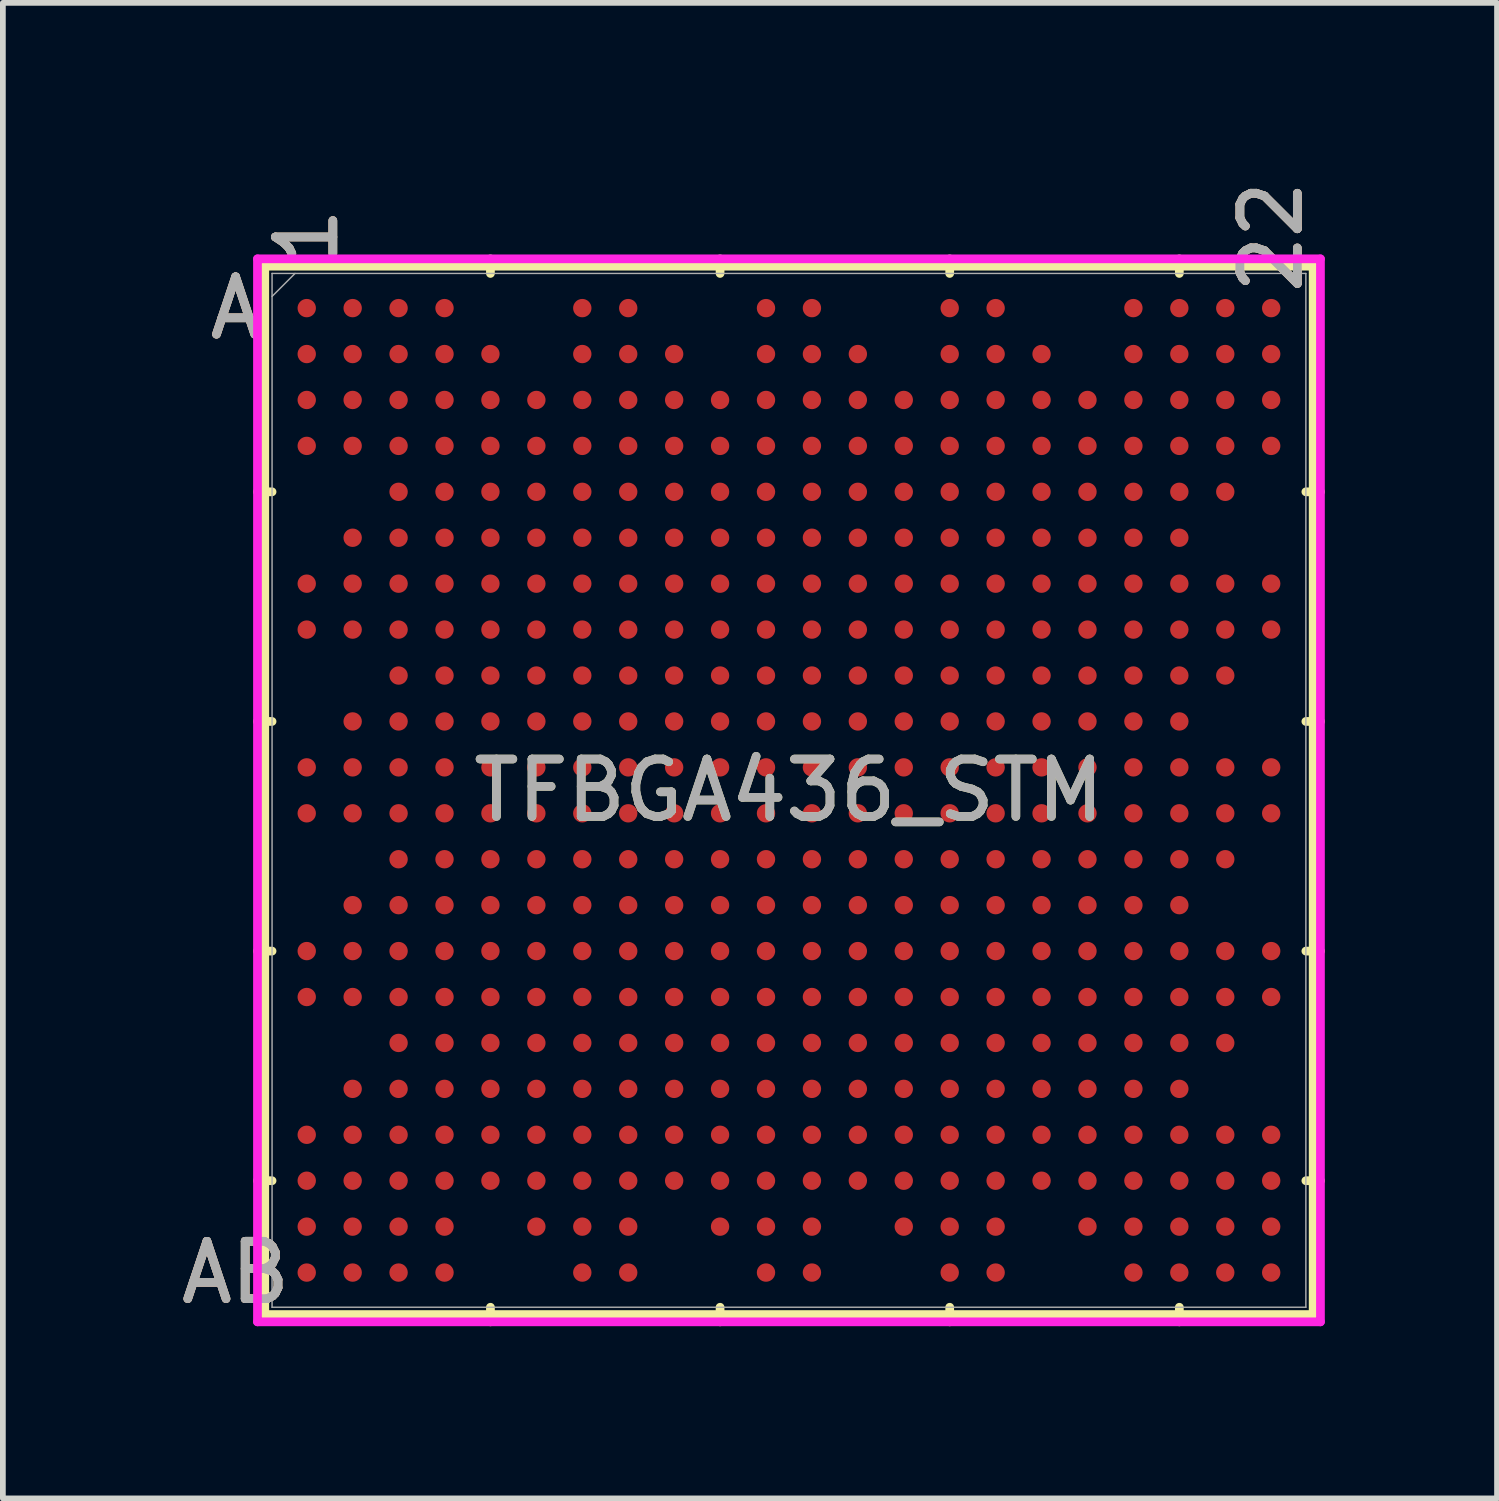
<source format=kicad_pcb>
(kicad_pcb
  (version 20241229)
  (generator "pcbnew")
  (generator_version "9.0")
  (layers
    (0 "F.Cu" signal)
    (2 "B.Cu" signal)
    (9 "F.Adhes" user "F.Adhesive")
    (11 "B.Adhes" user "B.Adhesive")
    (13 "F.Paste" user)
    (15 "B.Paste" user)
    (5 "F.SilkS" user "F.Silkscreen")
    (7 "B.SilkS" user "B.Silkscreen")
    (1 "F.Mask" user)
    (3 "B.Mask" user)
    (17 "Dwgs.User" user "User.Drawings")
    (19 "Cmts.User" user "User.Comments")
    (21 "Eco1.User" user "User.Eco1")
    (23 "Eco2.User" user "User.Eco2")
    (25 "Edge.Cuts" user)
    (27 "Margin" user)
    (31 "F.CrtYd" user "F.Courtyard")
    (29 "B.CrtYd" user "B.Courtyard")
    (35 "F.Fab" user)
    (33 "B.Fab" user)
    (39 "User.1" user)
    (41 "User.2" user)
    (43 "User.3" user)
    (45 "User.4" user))
  (footprint "TFBGA436_STM"
    (layer "F.Cu")
    (at 10.693 10.717)
    (property "Reference" "TFBGA436_STM" (at 0 0 0) (unlocked yes) (layer "F.SilkS") (effects (font (size 1 1) (thickness 0.15))))
    (attr smd)
    (fp_line (start -9.131 -9.131) (end -9.131 9.131) (stroke (width 0.152) (type solid)) (layer "F.SilkS"))
    (fp_line (start -9.131 9.131) (end 9.131 9.131) (stroke (width 0.152) (type solid)) (layer "F.SilkS"))
    (fp_line (start -9.004 -5.2) (end -9.258 -5.2) (stroke (width 0.152) (type solid)) (layer "F.SilkS"))
    (fp_line (start -9.004 -1.2) (end -9.258 -1.2) (stroke (width 0.152) (type solid)) (layer "F.SilkS"))
    (fp_line (start -9.004 2.8) (end -9.258 2.8) (stroke (width 0.152) (type solid)) (layer "F.SilkS"))
    (fp_line (start -9.004 6.8) (end -9.258 6.8) (stroke (width 0.152) (type solid)) (layer "F.SilkS"))
    (fp_line (start -5.2 -9.004) (end -5.2 -9.258) (stroke (width 0.152) (type solid)) (layer "F.SilkS"))
    (fp_line (start -5.2 9.004) (end -5.2 9.258) (stroke (width 0.152) (type solid)) (layer "F.SilkS"))
    (fp_line (start -1.2 -9.004) (end -1.2 -9.258) (stroke (width 0.152) (type solid)) (layer "F.SilkS"))
    (fp_line (start -1.2 9.004) (end -1.2 9.258) (stroke (width 0.152) (type solid)) (layer "F.SilkS"))
    (fp_line (start 2.8 -9.004) (end 2.8 -9.258) (stroke (width 0.152) (type solid)) (layer "F.SilkS"))
    (fp_line (start 2.8 9.004) (end 2.8 9.258) (stroke (width 0.152) (type solid)) (layer "F.SilkS"))
    (fp_line (start 6.8 -9.004) (end 6.8 -9.258) (stroke (width 0.152) (type solid)) (layer "F.SilkS"))
    (fp_line (start 6.8 9.004) (end 6.8 9.258) (stroke (width 0.152) (type solid)) (layer "F.SilkS"))
    (fp_line (start 9.004 -5.2) (end 9.258 -5.2) (stroke (width 0.152) (type solid)) (layer "F.SilkS"))
    (fp_line (start 9.004 -1.2) (end 9.258 -1.2) (stroke (width 0.152) (type solid)) (layer "F.SilkS"))
    (fp_line (start 9.004 2.8) (end 9.258 2.8) (stroke (width 0.152) (type solid)) (layer "F.SilkS"))
    (fp_line (start 9.004 6.8) (end 9.258 6.8) (stroke (width 0.152) (type solid)) (layer "F.SilkS"))
    (fp_line (start 9.131 -9.131) (end -9.131 -9.131) (stroke (width 0.152) (type solid)) (layer "F.SilkS"))
    (fp_line (start 9.131 9.131) (end 9.131 -9.131) (stroke (width 0.152) (type solid)) (layer "F.SilkS"))
    (fp_poly (pts (xy -9.244 -9.244) (xy 9.244 -9.244) (xy 9.244 9.244) (xy -9.244 9.244)) (stroke (width 0.1) (type solid)) (fill no) (layer "Eco2.User"))
    (fp_line (start -9.258 -9.258) (end 9.258 -9.258) (stroke (width 0.152) (type solid)) (layer "F.CrtYd"))
    (fp_line (start -9.258 9.258) (end -9.258 -9.258) (stroke (width 0.152) (type solid)) (layer "F.CrtYd"))
    (fp_line (start 9.258 -9.258) (end 9.258 9.258) (stroke (width 0.152) (type solid)) (layer "F.CrtYd"))
    (fp_line (start 9.258 9.258) (end -9.258 9.258) (stroke (width 0.152) (type solid)) (layer "F.CrtYd"))
    (fp_line (start -9.004 -9.004) (end -9.004 9.004) (stroke (width 0.025) (type solid)) (layer "F.Fab"))
    (fp_line (start -9.004 9.004) (end 9.004 9.004) (stroke (width 0.025) (type solid)) (layer "F.Fab"))
    (fp_line (start -8.604 -9.004) (end -9.004 -8.604) (stroke (width 0.025) (type solid)) (layer "F.Fab"))
    (fp_line (start 9.004 -9.004) (end -9.004 -9.004) (stroke (width 0.025) (type solid)) (layer "F.Fab"))
    (fp_line (start 9.004 9.004) (end 9.004 -9.004) (stroke (width 0.025) (type solid)) (layer "F.Fab"))
    (fp_text user "A" (at -9.639 -8.4 0) (unlocked yes) (layer "F.SilkS") (effects (font (size 1 1) (thickness 0.15))))
    (fp_text user "AB" (at -9.639 8.4 0) (unlocked yes) (layer "F.SilkS") (effects (font (size 1 1) (thickness 0.15))))
    (fp_text user "1" (at -8.4 -9.639 90) (unlocked yes) (layer "F.SilkS") (effects (font (size 1 1) (thickness 0.15))))
    (fp_text user "22" (at 8.4 -9.639 90) (unlocked yes) (layer "F.SilkS") (effects (font (size 1 1) (thickness 0.15))))
    (fp_text user "A" (at -9.639 -8.4 0) (unlocked yes) (layer "B.SilkS") (effects (font (size 1 1) (thickness 0.15))))
    (fp_text user "22" (at 8.4 -9.639 90) (unlocked yes) (layer "B.SilkS") (effects (font (size 1 1) (thickness 0.15))))
    (fp_text user "AB" (at -9.639 8.4 0) (unlocked yes) (layer "B.SilkS") (effects (font (size 1 1) (thickness 0.15))))
    (fp_text user "1" (at -8.4 -9.639 90) (unlocked yes) (layer "B.SilkS") (effects (font (size 1 1) (thickness 0.15))))
    (fp_text user "22" (at 8.4 -9.639 90) (unlocked yes) (layer "F.Fab") (effects (font (size 1 1) (thickness 0.15))))
    (fp_text user "1" (at -8.4 -9.639 90) (unlocked yes) (layer "F.Fab") (effects (font (size 1 1) (thickness 0.15))))
    (fp_text user "AB" (at -9.639 8.4 0) (unlocked yes) (layer "F.Fab") (effects (font (size 1 1) (thickness 0.15))))
    (fp_text user "${REFERENCE}" (at 0 0 0) (unlocked yes) (layer "F.Fab") (effects (font (size 1 1) (thickness 0.15))))
    (fp_text user "A" (at -9.639 -8.4 0) (unlocked yes) (layer "F.Fab") (effects (font (size 1 1) (thickness 0.15))))
    (pad "A1" smd circle (at -8.4 -8.4) (size 0.32 0.32) (layers "F.Cu" "F.Mask" "F.Paste"))
    (pad "A2" smd circle (at -7.6 -8.4) (size 0.32 0.32) (layers "F.Cu" "F.Mask" "F.Paste"))
    (pad "A3" smd circle (at -6.8 -8.4) (size 0.32 0.32) (layers "F.Cu" "F.Mask" "F.Paste"))
    (pad "A4" smd circle (at -6 -8.4) (size 0.32 0.32) (layers "F.Cu" "F.Mask" "F.Paste"))
    (pad "A7" smd circle (at -3.6 -8.4) (size 0.32 0.32) (layers "F.Cu" "F.Mask" "F.Paste"))
    (pad "A8" smd circle (at -2.8 -8.4) (size 0.32 0.32) (layers "F.Cu" "F.Mask" "F.Paste"))
    (pad "A11" smd circle (at -0.4 -8.4) (size 0.32 0.32) (layers "F.Cu" "F.Mask" "F.Paste"))
    (pad "A12" smd circle (at 0.4 -8.4) (size 0.32 0.32) (layers "F.Cu" "F.Mask" "F.Paste"))
    (pad "A15" smd circle (at 2.8 -8.4) (size 0.32 0.32) (layers "F.Cu" "F.Mask" "F.Paste"))
    (pad "A16" smd circle (at 3.6 -8.4) (size 0.32 0.32) (layers "F.Cu" "F.Mask" "F.Paste"))
    (pad "A19" smd circle (at 6 -8.4) (size 0.32 0.32) (layers "F.Cu" "F.Mask" "F.Paste"))
    (pad "A20" smd circle (at 6.8 -8.4) (size 0.32 0.32) (layers "F.Cu" "F.Mask" "F.Paste"))
    (pad "A21" smd circle (at 7.6 -8.4) (size 0.32 0.32) (layers "F.Cu" "F.Mask" "F.Paste"))
    (pad "A22" smd circle (at 8.4 -8.4) (size 0.32 0.32) (layers "F.Cu" "F.Mask" "F.Paste"))
    (pad "AA1" smd circle (at -8.4 7.6) (size 0.32 0.32) (layers "F.Cu" "F.Mask" "F.Paste"))
    (pad "AA2" smd circle (at -7.6 7.6) (size 0.32 0.32) (layers "F.Cu" "F.Mask" "F.Paste"))
    (pad "AA3" smd circle (at -6.8 7.6) (size 0.32 0.32) (layers "F.Cu" "F.Mask" "F.Paste"))
    (pad "AA4" smd circle (at -6 7.6) (size 0.32 0.32) (layers "F.Cu" "F.Mask" "F.Paste"))
    (pad "AA6" smd circle (at -4.4 7.6) (size 0.32 0.32) (layers "F.Cu" "F.Mask" "F.Paste"))
    (pad "AA7" smd circle (at -3.6 7.6) (size 0.32 0.32) (layers "F.Cu" "F.Mask" "F.Paste"))
    (pad "AA8" smd circle (at -2.8 7.6) (size 0.32 0.32) (layers "F.Cu" "F.Mask" "F.Paste"))
    (pad "AA10" smd circle (at -1.2 7.6) (size 0.32 0.32) (layers "F.Cu" "F.Mask" "F.Paste"))
    (pad "AA11" smd circle (at -0.4 7.6) (size 0.32 0.32) (layers "F.Cu" "F.Mask" "F.Paste"))
    (pad "AA12" smd circle (at 0.4 7.6) (size 0.32 0.32) (layers "F.Cu" "F.Mask" "F.Paste"))
    (pad "AA14" smd circle (at 2 7.6) (size 0.32 0.32) (layers "F.Cu" "F.Mask" "F.Paste"))
    (pad "AA15" smd circle (at 2.8 7.6) (size 0.32 0.32) (layers "F.Cu" "F.Mask" "F.Paste"))
    (pad "AA16" smd circle (at 3.6 7.6) (size 0.32 0.32) (layers "F.Cu" "F.Mask" "F.Paste"))
    (pad "AA18" smd circle (at 5.2 7.6) (size 0.32 0.32) (layers "F.Cu" "F.Mask" "F.Paste"))
    (pad "AA19" smd circle (at 6 7.6) (size 0.32 0.32) (layers "F.Cu" "F.Mask" "F.Paste"))
    (pad "AA20" smd circle (at 6.8 7.6) (size 0.32 0.32) (layers "F.Cu" "F.Mask" "F.Paste"))
    (pad "AA21" smd circle (at 7.6 7.6) (size 0.32 0.32) (layers "F.Cu" "F.Mask" "F.Paste"))
    (pad "AA22" smd circle (at 8.4 7.6) (size 0.32 0.32) (layers "F.Cu" "F.Mask" "F.Paste"))
    (pad "AB1" smd circle (at -8.4 8.4) (size 0.32 0.32) (layers "F.Cu" "F.Mask" "F.Paste"))
    (pad "AB2" smd circle (at -7.6 8.4) (size 0.32 0.32) (layers "F.Cu" "F.Mask" "F.Paste"))
    (pad "AB3" smd circle (at -6.8 8.4) (size 0.32 0.32) (layers "F.Cu" "F.Mask" "F.Paste"))
    (pad "AB4" smd circle (at -6 8.4) (size 0.32 0.32) (layers "F.Cu" "F.Mask" "F.Paste"))
    (pad "AB7" smd circle (at -3.6 8.4) (size 0.32 0.32) (layers "F.Cu" "F.Mask" "F.Paste"))
    (pad "AB8" smd circle (at -2.8 8.4) (size 0.32 0.32) (layers "F.Cu" "F.Mask" "F.Paste"))
    (pad "AB11" smd circle (at -0.4 8.4) (size 0.32 0.32) (layers "F.Cu" "F.Mask" "F.Paste"))
    (pad "AB12" smd circle (at 0.4 8.4) (size 0.32 0.32) (layers "F.Cu" "F.Mask" "F.Paste"))
    (pad "AB15" smd circle (at 2.8 8.4) (size 0.32 0.32) (layers "F.Cu" "F.Mask" "F.Paste"))
    (pad "AB16" smd circle (at 3.6 8.4) (size 0.32 0.32) (layers "F.Cu" "F.Mask" "F.Paste"))
    (pad "AB19" smd circle (at 6 8.4) (size 0.32 0.32) (layers "F.Cu" "F.Mask" "F.Paste"))
    (pad "AB20" smd circle (at 6.8 8.4) (size 0.32 0.32) (layers "F.Cu" "F.Mask" "F.Paste"))
    (pad "AB21" smd circle (at 7.6 8.4) (size 0.32 0.32) (layers "F.Cu" "F.Mask" "F.Paste"))
    (pad "AB22" smd circle (at 8.4 8.4) (size 0.32 0.32) (layers "F.Cu" "F.Mask" "F.Paste"))
    (pad "B1" smd circle (at -8.4 -7.6) (size 0.32 0.32) (layers "F.Cu" "F.Mask" "F.Paste"))
    (pad "B2" smd circle (at -7.6 -7.6) (size 0.32 0.32) (layers "F.Cu" "F.Mask" "F.Paste"))
    (pad "B3" smd circle (at -6.8 -7.6) (size 0.32 0.32) (layers "F.Cu" "F.Mask" "F.Paste"))
    (pad "B4" smd circle (at -6 -7.6) (size 0.32 0.32) (layers "F.Cu" "F.Mask" "F.Paste"))
    (pad "B5" smd circle (at -5.2 -7.6) (size 0.32 0.32) (layers "F.Cu" "F.Mask" "F.Paste"))
    (pad "B7" smd circle (at -3.6 -7.6) (size 0.32 0.32) (layers "F.Cu" "F.Mask" "F.Paste"))
    (pad "B8" smd circle (at -2.8 -7.6) (size 0.32 0.32) (layers "F.Cu" "F.Mask" "F.Paste"))
    (pad "B9" smd circle (at -2 -7.6) (size 0.32 0.32) (layers "F.Cu" "F.Mask" "F.Paste"))
    (pad "B11" smd circle (at -0.4 -7.6) (size 0.32 0.32) (layers "F.Cu" "F.Mask" "F.Paste"))
    (pad "B12" smd circle (at 0.4 -7.6) (size 0.32 0.32) (layers "F.Cu" "F.Mask" "F.Paste"))
    (pad "B13" smd circle (at 1.2 -7.6) (size 0.32 0.32) (layers "F.Cu" "F.Mask" "F.Paste"))
    (pad "B15" smd circle (at 2.8 -7.6) (size 0.32 0.32) (layers "F.Cu" "F.Mask" "F.Paste"))
    (pad "B16" smd circle (at 3.6 -7.6) (size 0.32 0.32) (layers "F.Cu" "F.Mask" "F.Paste"))
    (pad "B17" smd circle (at 4.4 -7.6) (size 0.32 0.32) (layers "F.Cu" "F.Mask" "F.Paste"))
    (pad "B19" smd circle (at 6 -7.6) (size 0.32 0.32) (layers "F.Cu" "F.Mask" "F.Paste"))
    (pad "B20" smd circle (at 6.8 -7.6) (size 0.32 0.32) (layers "F.Cu" "F.Mask" "F.Paste"))
    (pad "B21" smd circle (at 7.6 -7.6) (size 0.32 0.32) (layers "F.Cu" "F.Mask" "F.Paste"))
    (pad "B22" smd circle (at 8.4 -7.6) (size 0.32 0.32) (layers "F.Cu" "F.Mask" "F.Paste"))
    (pad "C1" smd circle (at -8.4 -6.8) (size 0.32 0.32) (layers "F.Cu" "F.Mask" "F.Paste"))
    (pad "C2" smd circle (at -7.6 -6.8) (size 0.32 0.32) (layers "F.Cu" "F.Mask" "F.Paste"))
    (pad "C3" smd circle (at -6.8 -6.8) (size 0.32 0.32) (layers "F.Cu" "F.Mask" "F.Paste"))
    (pad "C4" smd circle (at -6 -6.8) (size 0.32 0.32) (layers "F.Cu" "F.Mask" "F.Paste"))
    (pad "C5" smd circle (at -5.2 -6.8) (size 0.32 0.32) (layers "F.Cu" "F.Mask" "F.Paste"))
    (pad "C6" smd circle (at -4.4 -6.8) (size 0.32 0.32) (layers "F.Cu" "F.Mask" "F.Paste"))
    (pad "C7" smd circle (at -3.6 -6.8) (size 0.32 0.32) (layers "F.Cu" "F.Mask" "F.Paste"))
    (pad "C8" smd circle (at -2.8 -6.8) (size 0.32 0.32) (layers "F.Cu" "F.Mask" "F.Paste"))
    (pad "C9" smd circle (at -2 -6.8) (size 0.32 0.32) (layers "F.Cu" "F.Mask" "F.Paste"))
    (pad "C10" smd circle (at -1.2 -6.8) (size 0.32 0.32) (layers "F.Cu" "F.Mask" "F.Paste"))
    (pad "C11" smd circle (at -0.4 -6.8) (size 0.32 0.32) (layers "F.Cu" "F.Mask" "F.Paste"))
    (pad "C12" smd circle (at 0.4 -6.8) (size 0.32 0.32) (layers "F.Cu" "F.Mask" "F.Paste"))
    (pad "C13" smd circle (at 1.2 -6.8) (size 0.32 0.32) (layers "F.Cu" "F.Mask" "F.Paste"))
    (pad "C14" smd circle (at 2 -6.8) (size 0.32 0.32) (layers "F.Cu" "F.Mask" "F.Paste"))
    (pad "C15" smd circle (at 2.8 -6.8) (size 0.32 0.32) (layers "F.Cu" "F.Mask" "F.Paste"))
    (pad "C16" smd circle (at 3.6 -6.8) (size 0.32 0.32) (layers "F.Cu" "F.Mask" "F.Paste"))
    (pad "C17" smd circle (at 4.4 -6.8) (size 0.32 0.32) (layers "F.Cu" "F.Mask" "F.Paste"))
    (pad "C18" smd circle (at 5.2 -6.8) (size 0.32 0.32) (layers "F.Cu" "F.Mask" "F.Paste"))
    (pad "C19" smd circle (at 6 -6.8) (size 0.32 0.32) (layers "F.Cu" "F.Mask" "F.Paste"))
    (pad "C20" smd circle (at 6.8 -6.8) (size 0.32 0.32) (layers "F.Cu" "F.Mask" "F.Paste"))
    (pad "C21" smd circle (at 7.6 -6.8) (size 0.32 0.32) (layers "F.Cu" "F.Mask" "F.Paste"))
    (pad "C22" smd circle (at 8.4 -6.8) (size 0.32 0.32) (layers "F.Cu" "F.Mask" "F.Paste"))
    (pad "D1" smd circle (at -8.4 -6) (size 0.32 0.32) (layers "F.Cu" "F.Mask" "F.Paste"))
    (pad "D2" smd circle (at -7.6 -6) (size 0.32 0.32) (layers "F.Cu" "F.Mask" "F.Paste"))
    (pad "D3" smd circle (at -6.8 -6) (size 0.32 0.32) (layers "F.Cu" "F.Mask" "F.Paste"))
    (pad "D4" smd circle (at -6 -6) (size 0.32 0.32) (layers "F.Cu" "F.Mask" "F.Paste"))
    (pad "D5" smd circle (at -5.2 -6) (size 0.32 0.32) (layers "F.Cu" "F.Mask" "F.Paste"))
    (pad "D6" smd circle (at -4.4 -6) (size 0.32 0.32) (layers "F.Cu" "F.Mask" "F.Paste"))
    (pad "D7" smd circle (at -3.6 -6) (size 0.32 0.32) (layers "F.Cu" "F.Mask" "F.Paste"))
    (pad "D8" smd circle (at -2.8 -6) (size 0.32 0.32) (layers "F.Cu" "F.Mask" "F.Paste"))
    (pad "D9" smd circle (at -2 -6) (size 0.32 0.32) (layers "F.Cu" "F.Mask" "F.Paste"))
    (pad "D10" smd circle (at -1.2 -6) (size 0.32 0.32) (layers "F.Cu" "F.Mask" "F.Paste"))
    (pad "D11" smd circle (at -0.4 -6) (size 0.32 0.32) (layers "F.Cu" "F.Mask" "F.Paste"))
    (pad "D12" smd circle (at 0.4 -6) (size 0.32 0.32) (layers "F.Cu" "F.Mask" "F.Paste"))
    (pad "D13" smd circle (at 1.2 -6) (size 0.32 0.32) (layers "F.Cu" "F.Mask" "F.Paste"))
    (pad "D14" smd circle (at 2 -6) (size 0.32 0.32) (layers "F.Cu" "F.Mask" "F.Paste"))
    (pad "D15" smd circle (at 2.8 -6) (size 0.32 0.32) (layers "F.Cu" "F.Mask" "F.Paste"))
    (pad "D16" smd circle (at 3.6 -6) (size 0.32 0.32) (layers "F.Cu" "F.Mask" "F.Paste"))
    (pad "D17" smd circle (at 4.4 -6) (size 0.32 0.32) (layers "F.Cu" "F.Mask" "F.Paste"))
    (pad "D18" smd circle (at 5.2 -6) (size 0.32 0.32) (layers "F.Cu" "F.Mask" "F.Paste"))
    (pad "D19" smd circle (at 6 -6) (size 0.32 0.32) (layers "F.Cu" "F.Mask" "F.Paste"))
    (pad "D20" smd circle (at 6.8 -6) (size 0.32 0.32) (layers "F.Cu" "F.Mask" "F.Paste"))
    (pad "D21" smd circle (at 7.6 -6) (size 0.32 0.32) (layers "F.Cu" "F.Mask" "F.Paste"))
    (pad "D22" smd circle (at 8.4 -6) (size 0.32 0.32) (layers "F.Cu" "F.Mask" "F.Paste"))
    (pad "E3" smd circle (at -6.8 -5.2) (size 0.32 0.32) (layers "F.Cu" "F.Mask" "F.Paste"))
    (pad "E4" smd circle (at -6 -5.2) (size 0.32 0.32) (layers "F.Cu" "F.Mask" "F.Paste"))
    (pad "E5" smd circle (at -5.2 -5.2) (size 0.32 0.32) (layers "F.Cu" "F.Mask" "F.Paste"))
    (pad "E6" smd circle (at -4.4 -5.2) (size 0.32 0.32) (layers "F.Cu" "F.Mask" "F.Paste"))
    (pad "E7" smd circle (at -3.6 -5.2) (size 0.32 0.32) (layers "F.Cu" "F.Mask" "F.Paste"))
    (pad "E8" smd circle (at -2.8 -5.2) (size 0.32 0.32) (layers "F.Cu" "F.Mask" "F.Paste"))
    (pad "E9" smd circle (at -2 -5.2) (size 0.32 0.32) (layers "F.Cu" "F.Mask" "F.Paste"))
    (pad "E10" smd circle (at -1.2 -5.2) (size 0.32 0.32) (layers "F.Cu" "F.Mask" "F.Paste"))
    (pad "E11" smd circle (at -0.4 -5.2) (size 0.32 0.32) (layers "F.Cu" "F.Mask" "F.Paste"))
    (pad "E12" smd circle (at 0.4 -5.2) (size 0.32 0.32) (layers "F.Cu" "F.Mask" "F.Paste"))
    (pad "E13" smd circle (at 1.2 -5.2) (size 0.32 0.32) (layers "F.Cu" "F.Mask" "F.Paste"))
    (pad "E14" smd circle (at 2 -5.2) (size 0.32 0.32) (layers "F.Cu" "F.Mask" "F.Paste"))
    (pad "E15" smd circle (at 2.8 -5.2) (size 0.32 0.32) (layers "F.Cu" "F.Mask" "F.Paste"))
    (pad "E16" smd circle (at 3.6 -5.2) (size 0.32 0.32) (layers "F.Cu" "F.Mask" "F.Paste"))
    (pad "E17" smd circle (at 4.4 -5.2) (size 0.32 0.32) (layers "F.Cu" "F.Mask" "F.Paste"))
    (pad "E18" smd circle (at 5.2 -5.2) (size 0.32 0.32) (layers "F.Cu" "F.Mask" "F.Paste"))
    (pad "E19" smd circle (at 6 -5.2) (size 0.32 0.32) (layers "F.Cu" "F.Mask" "F.Paste"))
    (pad "E20" smd circle (at 6.8 -5.2) (size 0.32 0.32) (layers "F.Cu" "F.Mask" "F.Paste"))
    (pad "E21" smd circle (at 7.6 -5.2) (size 0.32 0.32) (layers "F.Cu" "F.Mask" "F.Paste"))
    (pad "F2" smd circle (at -7.6 -4.4) (size 0.32 0.32) (layers "F.Cu" "F.Mask" "F.Paste"))
    (pad "F3" smd circle (at -6.8 -4.4) (size 0.32 0.32) (layers "F.Cu" "F.Mask" "F.Paste"))
    (pad "F4" smd circle (at -6 -4.4) (size 0.32 0.32) (layers "F.Cu" "F.Mask" "F.Paste"))
    (pad "F5" smd circle (at -5.2 -4.4) (size 0.32 0.32) (layers "F.Cu" "F.Mask" "F.Paste"))
    (pad "F6" smd circle (at -4.4 -4.4) (size 0.32 0.32) (layers "F.Cu" "F.Mask" "F.Paste"))
    (pad "F7" smd circle (at -3.6 -4.4) (size 0.32 0.32) (layers "F.Cu" "F.Mask" "F.Paste"))
    (pad "F8" smd circle (at -2.8 -4.4) (size 0.32 0.32) (layers "F.Cu" "F.Mask" "F.Paste"))
    (pad "F9" smd circle (at -2 -4.4) (size 0.32 0.32) (layers "F.Cu" "F.Mask" "F.Paste"))
    (pad "F10" smd circle (at -1.2 -4.4) (size 0.32 0.32) (layers "F.Cu" "F.Mask" "F.Paste"))
    (pad "F11" smd circle (at -0.4 -4.4) (size 0.32 0.32) (layers "F.Cu" "F.Mask" "F.Paste"))
    (pad "F12" smd circle (at 0.4 -4.4) (size 0.32 0.32) (layers "F.Cu" "F.Mask" "F.Paste"))
    (pad "F13" smd circle (at 1.2 -4.4) (size 0.32 0.32) (layers "F.Cu" "F.Mask" "F.Paste"))
    (pad "F14" smd circle (at 2 -4.4) (size 0.32 0.32) (layers "F.Cu" "F.Mask" "F.Paste"))
    (pad "F15" smd circle (at 2.8 -4.4) (size 0.32 0.32) (layers "F.Cu" "F.Mask" "F.Paste"))
    (pad "F16" smd circle (at 3.6 -4.4) (size 0.32 0.32) (layers "F.Cu" "F.Mask" "F.Paste"))
    (pad "F17" smd circle (at 4.4 -4.4) (size 0.32 0.32) (layers "F.Cu" "F.Mask" "F.Paste"))
    (pad "F18" smd circle (at 5.2 -4.4) (size 0.32 0.32) (layers "F.Cu" "F.Mask" "F.Paste"))
    (pad "F19" smd circle (at 6 -4.4) (size 0.32 0.32) (layers "F.Cu" "F.Mask" "F.Paste"))
    (pad "F20" smd circle (at 6.8 -4.4) (size 0.32 0.32) (layers "F.Cu" "F.Mask" "F.Paste"))
    (pad "G1" smd circle (at -8.4 -3.6) (size 0.32 0.32) (layers "F.Cu" "F.Mask" "F.Paste"))
    (pad "G2" smd circle (at -7.6 -3.6) (size 0.32 0.32) (layers "F.Cu" "F.Mask" "F.Paste"))
    (pad "G3" smd circle (at -6.8 -3.6) (size 0.32 0.32) (layers "F.Cu" "F.Mask" "F.Paste"))
    (pad "G4" smd circle (at -6 -3.6) (size 0.32 0.32) (layers "F.Cu" "F.Mask" "F.Paste"))
    (pad "G5" smd circle (at -5.2 -3.6) (size 0.32 0.32) (layers "F.Cu" "F.Mask" "F.Paste"))
    (pad "G6" smd circle (at -4.4 -3.6) (size 0.32 0.32) (layers "F.Cu" "F.Mask" "F.Paste"))
    (pad "G7" smd circle (at -3.6 -3.6) (size 0.32 0.32) (layers "F.Cu" "F.Mask" "F.Paste"))
    (pad "G8" smd circle (at -2.8 -3.6) (size 0.32 0.32) (layers "F.Cu" "F.Mask" "F.Paste"))
    (pad "G9" smd circle (at -2 -3.6) (size 0.32 0.32) (layers "F.Cu" "F.Mask" "F.Paste"))
    (pad "G10" smd circle (at -1.2 -3.6) (size 0.32 0.32) (layers "F.Cu" "F.Mask" "F.Paste"))
    (pad "G11" smd circle (at -0.4 -3.6) (size 0.32 0.32) (layers "F.Cu" "F.Mask" "F.Paste"))
    (pad "G12" smd circle (at 0.4 -3.6) (size 0.32 0.32) (layers "F.Cu" "F.Mask" "F.Paste"))
    (pad "G13" smd circle (at 1.2 -3.6) (size 0.32 0.32) (layers "F.Cu" "F.Mask" "F.Paste"))
    (pad "G14" smd circle (at 2 -3.6) (size 0.32 0.32) (layers "F.Cu" "F.Mask" "F.Paste"))
    (pad "G15" smd circle (at 2.8 -3.6) (size 0.32 0.32) (layers "F.Cu" "F.Mask" "F.Paste"))
    (pad "G16" smd circle (at 3.6 -3.6) (size 0.32 0.32) (layers "F.Cu" "F.Mask" "F.Paste"))
    (pad "G17" smd circle (at 4.4 -3.6) (size 0.32 0.32) (layers "F.Cu" "F.Mask" "F.Paste"))
    (pad "G18" smd circle (at 5.2 -3.6) (size 0.32 0.32) (layers "F.Cu" "F.Mask" "F.Paste"))
    (pad "G19" smd circle (at 6 -3.6) (size 0.32 0.32) (layers "F.Cu" "F.Mask" "F.Paste"))
    (pad "G20" smd circle (at 6.8 -3.6) (size 0.32 0.32) (layers "F.Cu" "F.Mask" "F.Paste"))
    (pad "G21" smd circle (at 7.6 -3.6) (size 0.32 0.32) (layers "F.Cu" "F.Mask" "F.Paste"))
    (pad "G22" smd circle (at 8.4 -3.6) (size 0.32 0.32) (layers "F.Cu" "F.Mask" "F.Paste"))
    (pad "H1" smd circle (at -8.4 -2.8) (size 0.32 0.32) (layers "F.Cu" "F.Mask" "F.Paste"))
    (pad "H2" smd circle (at -7.6 -2.8) (size 0.32 0.32) (layers "F.Cu" "F.Mask" "F.Paste"))
    (pad "H3" smd circle (at -6.8 -2.8) (size 0.32 0.32) (layers "F.Cu" "F.Mask" "F.Paste"))
    (pad "H4" smd circle (at -6 -2.8) (size 0.32 0.32) (layers "F.Cu" "F.Mask" "F.Paste"))
    (pad "H5" smd circle (at -5.2 -2.8) (size 0.32 0.32) (layers "F.Cu" "F.Mask" "F.Paste"))
    (pad "H6" smd circle (at -4.4 -2.8) (size 0.32 0.32) (layers "F.Cu" "F.Mask" "F.Paste"))
    (pad "H7" smd circle (at -3.6 -2.8) (size 0.32 0.32) (layers "F.Cu" "F.Mask" "F.Paste"))
    (pad "H8" smd circle (at -2.8 -2.8) (size 0.32 0.32) (layers "F.Cu" "F.Mask" "F.Paste"))
    (pad "H9" smd circle (at -2 -2.8) (size 0.32 0.32) (layers "F.Cu" "F.Mask" "F.Paste"))
    (pad "H10" smd circle (at -1.2 -2.8) (size 0.32 0.32) (layers "F.Cu" "F.Mask" "F.Paste"))
    (pad "H11" smd circle (at -0.4 -2.8) (size 0.32 0.32) (layers "F.Cu" "F.Mask" "F.Paste"))
    (pad "H12" smd circle (at 0.4 -2.8) (size 0.32 0.32) (layers "F.Cu" "F.Mask" "F.Paste"))
    (pad "H13" smd circle (at 1.2 -2.8) (size 0.32 0.32) (layers "F.Cu" "F.Mask" "F.Paste"))
    (pad "H14" smd circle (at 2 -2.8) (size 0.32 0.32) (layers "F.Cu" "F.Mask" "F.Paste"))
    (pad "H15" smd circle (at 2.8 -2.8) (size 0.32 0.32) (layers "F.Cu" "F.Mask" "F.Paste"))
    (pad "H16" smd circle (at 3.6 -2.8) (size 0.32 0.32) (layers "F.Cu" "F.Mask" "F.Paste"))
    (pad "H17" smd circle (at 4.4 -2.8) (size 0.32 0.32) (layers "F.Cu" "F.Mask" "F.Paste"))
    (pad "H18" smd circle (at 5.2 -2.8) (size 0.32 0.32) (layers "F.Cu" "F.Mask" "F.Paste"))
    (pad "H19" smd circle (at 6 -2.8) (size 0.32 0.32) (layers "F.Cu" "F.Mask" "F.Paste"))
    (pad "H20" smd circle (at 6.8 -2.8) (size 0.32 0.32) (layers "F.Cu" "F.Mask" "F.Paste"))
    (pad "H21" smd circle (at 7.6 -2.8) (size 0.32 0.32) (layers "F.Cu" "F.Mask" "F.Paste"))
    (pad "H22" smd circle (at 8.4 -2.8) (size 0.32 0.32) (layers "F.Cu" "F.Mask" "F.Paste"))
    (pad "J3" smd circle (at -6.8 -2) (size 0.32 0.32) (layers "F.Cu" "F.Mask" "F.Paste"))
    (pad "J4" smd circle (at -6 -2) (size 0.32 0.32) (layers "F.Cu" "F.Mask" "F.Paste"))
    (pad "J5" smd circle (at -5.2 -2) (size 0.32 0.32) (layers "F.Cu" "F.Mask" "F.Paste"))
    (pad "J6" smd circle (at -4.4 -2) (size 0.32 0.32) (layers "F.Cu" "F.Mask" "F.Paste"))
    (pad "J7" smd circle (at -3.6 -2) (size 0.32 0.32) (layers "F.Cu" "F.Mask" "F.Paste"))
    (pad "J8" smd circle (at -2.8 -2) (size 0.32 0.32) (layers "F.Cu" "F.Mask" "F.Paste"))
    (pad "J9" smd circle (at -2 -2) (size 0.32 0.32) (layers "F.Cu" "F.Mask" "F.Paste"))
    (pad "J10" smd circle (at -1.2 -2) (size 0.32 0.32) (layers "F.Cu" "F.Mask" "F.Paste"))
    (pad "J11" smd circle (at -0.4 -2) (size 0.32 0.32) (layers "F.Cu" "F.Mask" "F.Paste"))
    (pad "J12" smd circle (at 0.4 -2) (size 0.32 0.32) (layers "F.Cu" "F.Mask" "F.Paste"))
    (pad "J13" smd circle (at 1.2 -2) (size 0.32 0.32) (layers "F.Cu" "F.Mask" "F.Paste"))
    (pad "J14" smd circle (at 2 -2) (size 0.32 0.32) (layers "F.Cu" "F.Mask" "F.Paste"))
    (pad "J15" smd circle (at 2.8 -2) (size 0.32 0.32) (layers "F.Cu" "F.Mask" "F.Paste"))
    (pad "J16" smd circle (at 3.6 -2) (size 0.32 0.32) (layers "F.Cu" "F.Mask" "F.Paste"))
    (pad "J17" smd circle (at 4.4 -2) (size 0.32 0.32) (layers "F.Cu" "F.Mask" "F.Paste"))
    (pad "J18" smd circle (at 5.2 -2) (size 0.32 0.32) (layers "F.Cu" "F.Mask" "F.Paste"))
    (pad "J19" smd circle (at 6 -2) (size 0.32 0.32) (layers "F.Cu" "F.Mask" "F.Paste"))
    (pad "J20" smd circle (at 6.8 -2) (size 0.32 0.32) (layers "F.Cu" "F.Mask" "F.Paste"))
    (pad "J21" smd circle (at 7.6 -2) (size 0.32 0.32) (layers "F.Cu" "F.Mask" "F.Paste"))
    (pad "K2" smd circle (at -7.6 -1.2) (size 0.32 0.32) (layers "F.Cu" "F.Mask" "F.Paste"))
    (pad "K3" smd circle (at -6.8 -1.2) (size 0.32 0.32) (layers "F.Cu" "F.Mask" "F.Paste"))
    (pad "K4" smd circle (at -6 -1.2) (size 0.32 0.32) (layers "F.Cu" "F.Mask" "F.Paste"))
    (pad "K5" smd circle (at -5.2 -1.2) (size 0.32 0.32) (layers "F.Cu" "F.Mask" "F.Paste"))
    (pad "K6" smd circle (at -4.4 -1.2) (size 0.32 0.32) (layers "F.Cu" "F.Mask" "F.Paste"))
    (pad "K7" smd circle (at -3.6 -1.2) (size 0.32 0.32) (layers "F.Cu" "F.Mask" "F.Paste"))
    (pad "K8" smd circle (at -2.8 -1.2) (size 0.32 0.32) (layers "F.Cu" "F.Mask" "F.Paste"))
    (pad "K9" smd circle (at -2 -1.2) (size 0.32 0.32) (layers "F.Cu" "F.Mask" "F.Paste"))
    (pad "K10" smd circle (at -1.2 -1.2) (size 0.32 0.32) (layers "F.Cu" "F.Mask" "F.Paste"))
    (pad "K11" smd circle (at -0.4 -1.2) (size 0.32 0.32) (layers "F.Cu" "F.Mask" "F.Paste"))
    (pad "K12" smd circle (at 0.4 -1.2) (size 0.32 0.32) (layers "F.Cu" "F.Mask" "F.Paste"))
    (pad "K13" smd circle (at 1.2 -1.2) (size 0.32 0.32) (layers "F.Cu" "F.Mask" "F.Paste"))
    (pad "K14" smd circle (at 2 -1.2) (size 0.32 0.32) (layers "F.Cu" "F.Mask" "F.Paste"))
    (pad "K15" smd circle (at 2.8 -1.2) (size 0.32 0.32) (layers "F.Cu" "F.Mask" "F.Paste"))
    (pad "K16" smd circle (at 3.6 -1.2) (size 0.32 0.32) (layers "F.Cu" "F.Mask" "F.Paste"))
    (pad "K17" smd circle (at 4.4 -1.2) (size 0.32 0.32) (layers "F.Cu" "F.Mask" "F.Paste"))
    (pad "K18" smd circle (at 5.2 -1.2) (size 0.32 0.32) (layers "F.Cu" "F.Mask" "F.Paste"))
    (pad "K19" smd circle (at 6 -1.2) (size 0.32 0.32) (layers "F.Cu" "F.Mask" "F.Paste"))
    (pad "K20" smd circle (at 6.8 -1.2) (size 0.32 0.32) (layers "F.Cu" "F.Mask" "F.Paste"))
    (pad "L1" smd circle (at -8.4 -0.4) (size 0.32 0.32) (layers "F.Cu" "F.Mask" "F.Paste"))
    (pad "L2" smd circle (at -7.6 -0.4) (size 0.32 0.32) (layers "F.Cu" "F.Mask" "F.Paste"))
    (pad "L3" smd circle (at -6.8 -0.4) (size 0.32 0.32) (layers "F.Cu" "F.Mask" "F.Paste"))
    (pad "L4" smd circle (at -6 -0.4) (size 0.32 0.32) (layers "F.Cu" "F.Mask" "F.Paste"))
    (pad "L5" smd circle (at -5.2 -0.4) (size 0.32 0.32) (layers "F.Cu" "F.Mask" "F.Paste"))
    (pad "L6" smd circle (at -4.4 -0.4) (size 0.32 0.32) (layers "F.Cu" "F.Mask" "F.Paste"))
    (pad "L7" smd circle (at -3.6 -0.4) (size 0.32 0.32) (layers "F.Cu" "F.Mask" "F.Paste"))
    (pad "L8" smd circle (at -2.8 -0.4) (size 0.32 0.32) (layers "F.Cu" "F.Mask" "F.Paste"))
    (pad "L9" smd circle (at -2 -0.4) (size 0.32 0.32) (layers "F.Cu" "F.Mask" "F.Paste"))
    (pad "L10" smd circle (at -1.2 -0.4) (size 0.32 0.32) (layers "F.Cu" "F.Mask" "F.Paste"))
    (pad "L11" smd circle (at -0.4 -0.4) (size 0.32 0.32) (layers "F.Cu" "F.Mask" "F.Paste"))
    (pad "L12" smd circle (at 0.4 -0.4) (size 0.32 0.32) (layers "F.Cu" "F.Mask" "F.Paste"))
    (pad "L13" smd circle (at 1.2 -0.4) (size 0.32 0.32) (layers "F.Cu" "F.Mask" "F.Paste"))
    (pad "L14" smd circle (at 2 -0.4) (size 0.32 0.32) (layers "F.Cu" "F.Mask" "F.Paste"))
    (pad "L15" smd circle (at 2.8 -0.4) (size 0.32 0.32) (layers "F.Cu" "F.Mask" "F.Paste"))
    (pad "L16" smd circle (at 3.6 -0.4) (size 0.32 0.32) (layers "F.Cu" "F.Mask" "F.Paste"))
    (pad "L17" smd circle (at 4.4 -0.4) (size 0.32 0.32) (layers "F.Cu" "F.Mask" "F.Paste"))
    (pad "L18" smd circle (at 5.2 -0.4) (size 0.32 0.32) (layers "F.Cu" "F.Mask" "F.Paste"))
    (pad "L19" smd circle (at 6 -0.4) (size 0.32 0.32) (layers "F.Cu" "F.Mask" "F.Paste"))
    (pad "L20" smd circle (at 6.8 -0.4) (size 0.32 0.32) (layers "F.Cu" "F.Mask" "F.Paste"))
    (pad "L21" smd circle (at 7.6 -0.4) (size 0.32 0.32) (layers "F.Cu" "F.Mask" "F.Paste"))
    (pad "L22" smd circle (at 8.4 -0.4) (size 0.32 0.32) (layers "F.Cu" "F.Mask" "F.Paste"))
    (pad "M1" smd circle (at -8.4 0.4) (size 0.32 0.32) (layers "F.Cu" "F.Mask" "F.Paste"))
    (pad "M2" smd circle (at -7.6 0.4) (size 0.32 0.32) (layers "F.Cu" "F.Mask" "F.Paste"))
    (pad "M3" smd circle (at -6.8 0.4) (size 0.32 0.32) (layers "F.Cu" "F.Mask" "F.Paste"))
    (pad "M4" smd circle (at -6 0.4) (size 0.32 0.32) (layers "F.Cu" "F.Mask" "F.Paste"))
    (pad "M5" smd circle (at -5.2 0.4) (size 0.32 0.32) (layers "F.Cu" "F.Mask" "F.Paste"))
    (pad "M6" smd circle (at -4.4 0.4) (size 0.32 0.32) (layers "F.Cu" "F.Mask" "F.Paste"))
    (pad "M7" smd circle (at -3.6 0.4) (size 0.32 0.32) (layers "F.Cu" "F.Mask" "F.Paste"))
    (pad "M8" smd circle (at -2.8 0.4) (size 0.32 0.32) (layers "F.Cu" "F.Mask" "F.Paste"))
    (pad "M9" smd circle (at -2 0.4) (size 0.32 0.32) (layers "F.Cu" "F.Mask" "F.Paste"))
    (pad "M10" smd circle (at -1.2 0.4) (size 0.32 0.32) (layers "F.Cu" "F.Mask" "F.Paste"))
    (pad "M11" smd circle (at -0.4 0.4) (size 0.32 0.32) (layers "F.Cu" "F.Mask" "F.Paste"))
    (pad "M12" smd circle (at 0.4 0.4) (size 0.32 0.32) (layers "F.Cu" "F.Mask" "F.Paste"))
    (pad "M13" smd circle (at 1.2 0.4) (size 0.32 0.32) (layers "F.Cu" "F.Mask" "F.Paste"))
    (pad "M14" smd circle (at 2 0.4) (size 0.32 0.32) (layers "F.Cu" "F.Mask" "F.Paste"))
    (pad "M15" smd circle (at 2.8 0.4) (size 0.32 0.32) (layers "F.Cu" "F.Mask" "F.Paste"))
    (pad "M16" smd circle (at 3.6 0.4) (size 0.32 0.32) (layers "F.Cu" "F.Mask" "F.Paste"))
    (pad "M17" smd circle (at 4.4 0.4) (size 0.32 0.32) (layers "F.Cu" "F.Mask" "F.Paste"))
    (pad "M18" smd circle (at 5.2 0.4) (size 0.32 0.32) (layers "F.Cu" "F.Mask" "F.Paste"))
    (pad "M19" smd circle (at 6 0.4) (size 0.32 0.32) (layers "F.Cu" "F.Mask" "F.Paste"))
    (pad "M20" smd circle (at 6.8 0.4) (size 0.32 0.32) (layers "F.Cu" "F.Mask" "F.Paste"))
    (pad "M21" smd circle (at 7.6 0.4) (size 0.32 0.32) (layers "F.Cu" "F.Mask" "F.Paste"))
    (pad "M22" smd circle (at 8.4 0.4) (size 0.32 0.32) (layers "F.Cu" "F.Mask" "F.Paste"))
    (pad "N3" smd circle (at -6.8 1.2) (size 0.32 0.32) (layers "F.Cu" "F.Mask" "F.Paste"))
    (pad "N4" smd circle (at -6 1.2) (size 0.32 0.32) (layers "F.Cu" "F.Mask" "F.Paste"))
    (pad "N5" smd circle (at -5.2 1.2) (size 0.32 0.32) (layers "F.Cu" "F.Mask" "F.Paste"))
    (pad "N6" smd circle (at -4.4 1.2) (size 0.32 0.32) (layers "F.Cu" "F.Mask" "F.Paste"))
    (pad "N7" smd circle (at -3.6 1.2) (size 0.32 0.32) (layers "F.Cu" "F.Mask" "F.Paste"))
    (pad "N8" smd circle (at -2.8 1.2) (size 0.32 0.32) (layers "F.Cu" "F.Mask" "F.Paste"))
    (pad "N9" smd circle (at -2 1.2) (size 0.32 0.32) (layers "F.Cu" "F.Mask" "F.Paste"))
    (pad "N10" smd circle (at -1.2 1.2) (size 0.32 0.32) (layers "F.Cu" "F.Mask" "F.Paste"))
    (pad "N11" smd circle (at -0.4 1.2) (size 0.32 0.32) (layers "F.Cu" "F.Mask" "F.Paste"))
    (pad "N12" smd circle (at 0.4 1.2) (size 0.32 0.32) (layers "F.Cu" "F.Mask" "F.Paste"))
    (pad "N13" smd circle (at 1.2 1.2) (size 0.32 0.32) (layers "F.Cu" "F.Mask" "F.Paste"))
    (pad "N14" smd circle (at 2 1.2) (size 0.32 0.32) (layers "F.Cu" "F.Mask" "F.Paste"))
    (pad "N15" smd circle (at 2.8 1.2) (size 0.32 0.32) (layers "F.Cu" "F.Mask" "F.Paste"))
    (pad "N16" smd circle (at 3.6 1.2) (size 0.32 0.32) (layers "F.Cu" "F.Mask" "F.Paste"))
    (pad "N17" smd circle (at 4.4 1.2) (size 0.32 0.32) (layers "F.Cu" "F.Mask" "F.Paste"))
    (pad "N18" smd circle (at 5.2 1.2) (size 0.32 0.32) (layers "F.Cu" "F.Mask" "F.Paste"))
    (pad "N19" smd circle (at 6 1.2) (size 0.32 0.32) (layers "F.Cu" "F.Mask" "F.Paste"))
    (pad "N20" smd circle (at 6.8 1.2) (size 0.32 0.32) (layers "F.Cu" "F.Mask" "F.Paste"))
    (pad "N21" smd circle (at 7.6 1.2) (size 0.32 0.32) (layers "F.Cu" "F.Mask" "F.Paste"))
    (pad "P2" smd circle (at -7.6 2) (size 0.32 0.32) (layers "F.Cu" "F.Mask" "F.Paste"))
    (pad "P3" smd circle (at -6.8 2) (size 0.32 0.32) (layers "F.Cu" "F.Mask" "F.Paste"))
    (pad "P4" smd circle (at -6 2) (size 0.32 0.32) (layers "F.Cu" "F.Mask" "F.Paste"))
    (pad "P5" smd circle (at -5.2 2) (size 0.32 0.32) (layers "F.Cu" "F.Mask" "F.Paste"))
    (pad "P6" smd circle (at -4.4 2) (size 0.32 0.32) (layers "F.Cu" "F.Mask" "F.Paste"))
    (pad "P7" smd circle (at -3.6 2) (size 0.32 0.32) (layers "F.Cu" "F.Mask" "F.Paste"))
    (pad "P8" smd circle (at -2.8 2) (size 0.32 0.32) (layers "F.Cu" "F.Mask" "F.Paste"))
    (pad "P9" smd circle (at -2 2) (size 0.32 0.32) (layers "F.Cu" "F.Mask" "F.Paste"))
    (pad "P10" smd circle (at -1.2 2) (size 0.32 0.32) (layers "F.Cu" "F.Mask" "F.Paste"))
    (pad "P11" smd circle (at -0.4 2) (size 0.32 0.32) (layers "F.Cu" "F.Mask" "F.Paste"))
    (pad "P12" smd circle (at 0.4 2) (size 0.32 0.32) (layers "F.Cu" "F.Mask" "F.Paste"))
    (pad "P13" smd circle (at 1.2 2) (size 0.32 0.32) (layers "F.Cu" "F.Mask" "F.Paste"))
    (pad "P14" smd circle (at 2 2) (size 0.32 0.32) (layers "F.Cu" "F.Mask" "F.Paste"))
    (pad "P15" smd circle (at 2.8 2) (size 0.32 0.32) (layers "F.Cu" "F.Mask" "F.Paste"))
    (pad "P16" smd circle (at 3.6 2) (size 0.32 0.32) (layers "F.Cu" "F.Mask" "F.Paste"))
    (pad "P17" smd circle (at 4.4 2) (size 0.32 0.32) (layers "F.Cu" "F.Mask" "F.Paste"))
    (pad "P18" smd circle (at 5.2 2) (size 0.32 0.32) (layers "F.Cu" "F.Mask" "F.Paste"))
    (pad "P19" smd circle (at 6 2) (size 0.32 0.32) (layers "F.Cu" "F.Mask" "F.Paste"))
    (pad "P20" smd circle (at 6.8 2) (size 0.32 0.32) (layers "F.Cu" "F.Mask" "F.Paste"))
    (pad "R1" smd circle (at -8.4 2.8) (size 0.32 0.32) (layers "F.Cu" "F.Mask" "F.Paste"))
    (pad "R2" smd circle (at -7.6 2.8) (size 0.32 0.32) (layers "F.Cu" "F.Mask" "F.Paste"))
    (pad "R3" smd circle (at -6.8 2.8) (size 0.32 0.32) (layers "F.Cu" "F.Mask" "F.Paste"))
    (pad "R4" smd circle (at -6 2.8) (size 0.32 0.32) (layers "F.Cu" "F.Mask" "F.Paste"))
    (pad "R5" smd circle (at -5.2 2.8) (size 0.32 0.32) (layers "F.Cu" "F.Mask" "F.Paste"))
    (pad "R6" smd circle (at -4.4 2.8) (size 0.32 0.32) (layers "F.Cu" "F.Mask" "F.Paste"))
    (pad "R7" smd circle (at -3.6 2.8) (size 0.32 0.32) (layers "F.Cu" "F.Mask" "F.Paste"))
    (pad "R8" smd circle (at -2.8 2.8) (size 0.32 0.32) (layers "F.Cu" "F.Mask" "F.Paste"))
    (pad "R9" smd circle (at -2 2.8) (size 0.32 0.32) (layers "F.Cu" "F.Mask" "F.Paste"))
    (pad "R10" smd circle (at -1.2 2.8) (size 0.32 0.32) (layers "F.Cu" "F.Mask" "F.Paste"))
    (pad "R11" smd circle (at -0.4 2.8) (size 0.32 0.32) (layers "F.Cu" "F.Mask" "F.Paste"))
    (pad "R12" smd circle (at 0.4 2.8) (size 0.32 0.32) (layers "F.Cu" "F.Mask" "F.Paste"))
    (pad "R13" smd circle (at 1.2 2.8) (size 0.32 0.32) (layers "F.Cu" "F.Mask" "F.Paste"))
    (pad "R14" smd circle (at 2 2.8) (size 0.32 0.32) (layers "F.Cu" "F.Mask" "F.Paste"))
    (pad "R15" smd circle (at 2.8 2.8) (size 0.32 0.32) (layers "F.Cu" "F.Mask" "F.Paste"))
    (pad "R16" smd circle (at 3.6 2.8) (size 0.32 0.32) (layers "F.Cu" "F.Mask" "F.Paste"))
    (pad "R17" smd circle (at 4.4 2.8) (size 0.32 0.32) (layers "F.Cu" "F.Mask" "F.Paste"))
    (pad "R18" smd circle (at 5.2 2.8) (size 0.32 0.32) (layers "F.Cu" "F.Mask" "F.Paste"))
    (pad "R19" smd circle (at 6 2.8) (size 0.32 0.32) (layers "F.Cu" "F.Mask" "F.Paste"))
    (pad "R20" smd circle (at 6.8 2.8) (size 0.32 0.32) (layers "F.Cu" "F.Mask" "F.Paste"))
    (pad "R21" smd circle (at 7.6 2.8) (size 0.32 0.32) (layers "F.Cu" "F.Mask" "F.Paste"))
    (pad "R22" smd circle (at 8.4 2.8) (size 0.32 0.32) (layers "F.Cu" "F.Mask" "F.Paste"))
    (pad "T1" smd circle (at -8.4 3.6) (size 0.32 0.32) (layers "F.Cu" "F.Mask" "F.Paste"))
    (pad "T2" smd circle (at -7.6 3.6) (size 0.32 0.32) (layers "F.Cu" "F.Mask" "F.Paste"))
    (pad "T3" smd circle (at -6.8 3.6) (size 0.32 0.32) (layers "F.Cu" "F.Mask" "F.Paste"))
    (pad "T4" smd circle (at -6 3.6) (size 0.32 0.32) (layers "F.Cu" "F.Mask" "F.Paste"))
    (pad "T5" smd circle (at -5.2 3.6) (size 0.32 0.32) (layers "F.Cu" "F.Mask" "F.Paste"))
    (pad "T6" smd circle (at -4.4 3.6) (size 0.32 0.32) (layers "F.Cu" "F.Mask" "F.Paste"))
    (pad "T7" smd circle (at -3.6 3.6) (size 0.32 0.32) (layers "F.Cu" "F.Mask" "F.Paste"))
    (pad "T8" smd circle (at -2.8 3.6) (size 0.32 0.32) (layers "F.Cu" "F.Mask" "F.Paste"))
    (pad "T9" smd circle (at -2 3.6) (size 0.32 0.32) (layers "F.Cu" "F.Mask" "F.Paste"))
    (pad "T10" smd circle (at -1.2 3.6) (size 0.32 0.32) (layers "F.Cu" "F.Mask" "F.Paste"))
    (pad "T11" smd circle (at -0.4 3.6) (size 0.32 0.32) (layers "F.Cu" "F.Mask" "F.Paste"))
    (pad "T12" smd circle (at 0.4 3.6) (size 0.32 0.32) (layers "F.Cu" "F.Mask" "F.Paste"))
    (pad "T13" smd circle (at 1.2 3.6) (size 0.32 0.32) (layers "F.Cu" "F.Mask" "F.Paste"))
    (pad "T14" smd circle (at 2 3.6) (size 0.32 0.32) (layers "F.Cu" "F.Mask" "F.Paste"))
    (pad "T15" smd circle (at 2.8 3.6) (size 0.32 0.32) (layers "F.Cu" "F.Mask" "F.Paste"))
    (pad "T16" smd circle (at 3.6 3.6) (size 0.32 0.32) (layers "F.Cu" "F.Mask" "F.Paste"))
    (pad "T17" smd circle (at 4.4 3.6) (size 0.32 0.32) (layers "F.Cu" "F.Mask" "F.Paste"))
    (pad "T18" smd circle (at 5.2 3.6) (size 0.32 0.32) (layers "F.Cu" "F.Mask" "F.Paste"))
    (pad "T19" smd circle (at 6 3.6) (size 0.32 0.32) (layers "F.Cu" "F.Mask" "F.Paste"))
    (pad "T20" smd circle (at 6.8 3.6) (size 0.32 0.32) (layers "F.Cu" "F.Mask" "F.Paste"))
    (pad "T21" smd circle (at 7.6 3.6) (size 0.32 0.32) (layers "F.Cu" "F.Mask" "F.Paste"))
    (pad "T22" smd circle (at 8.4 3.6) (size 0.32 0.32) (layers "F.Cu" "F.Mask" "F.Paste"))
    (pad "U3" smd circle (at -6.8 4.4) (size 0.32 0.32) (layers "F.Cu" "F.Mask" "F.Paste"))
    (pad "U4" smd circle (at -6 4.4) (size 0.32 0.32) (layers "F.Cu" "F.Mask" "F.Paste"))
    (pad "U5" smd circle (at -5.2 4.4) (size 0.32 0.32) (layers "F.Cu" "F.Mask" "F.Paste"))
    (pad "U6" smd circle (at -4.4 4.4) (size 0.32 0.32) (layers "F.Cu" "F.Mask" "F.Paste"))
    (pad "U7" smd circle (at -3.6 4.4) (size 0.32 0.32) (layers "F.Cu" "F.Mask" "F.Paste"))
    (pad "U8" smd circle (at -2.8 4.4) (size 0.32 0.32) (layers "F.Cu" "F.Mask" "F.Paste"))
    (pad "U9" smd circle (at -2 4.4) (size 0.32 0.32) (layers "F.Cu" "F.Mask" "F.Paste"))
    (pad "U10" smd circle (at -1.2 4.4) (size 0.32 0.32) (layers "F.Cu" "F.Mask" "F.Paste"))
    (pad "U11" smd circle (at -0.4 4.4) (size 0.32 0.32) (layers "F.Cu" "F.Mask" "F.Paste"))
    (pad "U12" smd circle (at 0.4 4.4) (size 0.32 0.32) (layers "F.Cu" "F.Mask" "F.Paste"))
    (pad "U13" smd circle (at 1.2 4.4) (size 0.32 0.32) (layers "F.Cu" "F.Mask" "F.Paste"))
    (pad "U14" smd circle (at 2 4.4) (size 0.32 0.32) (layers "F.Cu" "F.Mask" "F.Paste"))
    (pad "U15" smd circle (at 2.8 4.4) (size 0.32 0.32) (layers "F.Cu" "F.Mask" "F.Paste"))
    (pad "U16" smd circle (at 3.6 4.4) (size 0.32 0.32) (layers "F.Cu" "F.Mask" "F.Paste"))
    (pad "U17" smd circle (at 4.4 4.4) (size 0.32 0.32) (layers "F.Cu" "F.Mask" "F.Paste"))
    (pad "U18" smd circle (at 5.2 4.4) (size 0.32 0.32) (layers "F.Cu" "F.Mask" "F.Paste"))
    (pad "U19" smd circle (at 6 4.4) (size 0.32 0.32) (layers "F.Cu" "F.Mask" "F.Paste"))
    (pad "U20" smd circle (at 6.8 4.4) (size 0.32 0.32) (layers "F.Cu" "F.Mask" "F.Paste"))
    (pad "U21" smd circle (at 7.6 4.4) (size 0.32 0.32) (layers "F.Cu" "F.Mask" "F.Paste"))
    (pad "V2" smd circle (at -7.6 5.2) (size 0.32 0.32) (layers "F.Cu" "F.Mask" "F.Paste"))
    (pad "V3" smd circle (at -6.8 5.2) (size 0.32 0.32) (layers "F.Cu" "F.Mask" "F.Paste"))
    (pad "V4" smd circle (at -6 5.2) (size 0.32 0.32) (layers "F.Cu" "F.Mask" "F.Paste"))
    (pad "V5" smd circle (at -5.2 5.2) (size 0.32 0.32) (layers "F.Cu" "F.Mask" "F.Paste"))
    (pad "V6" smd circle (at -4.4 5.2) (size 0.32 0.32) (layers "F.Cu" "F.Mask" "F.Paste"))
    (pad "V7" smd circle (at -3.6 5.2) (size 0.32 0.32) (layers "F.Cu" "F.Mask" "F.Paste"))
    (pad "V8" smd circle (at -2.8 5.2) (size 0.32 0.32) (layers "F.Cu" "F.Mask" "F.Paste"))
    (pad "V9" smd circle (at -2 5.2) (size 0.32 0.32) (layers "F.Cu" "F.Mask" "F.Paste"))
    (pad "V10" smd circle (at -1.2 5.2) (size 0.32 0.32) (layers "F.Cu" "F.Mask" "F.Paste"))
    (pad "V11" smd circle (at -0.4 5.2) (size 0.32 0.32) (layers "F.Cu" "F.Mask" "F.Paste"))
    (pad "V12" smd circle (at 0.4 5.2) (size 0.32 0.32) (layers "F.Cu" "F.Mask" "F.Paste"))
    (pad "V13" smd circle (at 1.2 5.2) (size 0.32 0.32) (layers "F.Cu" "F.Mask" "F.Paste"))
    (pad "V14" smd circle (at 2 5.2) (size 0.32 0.32) (layers "F.Cu" "F.Mask" "F.Paste"))
    (pad "V15" smd circle (at 2.8 5.2) (size 0.32 0.32) (layers "F.Cu" "F.Mask" "F.Paste"))
    (pad "V16" smd circle (at 3.6 5.2) (size 0.32 0.32) (layers "F.Cu" "F.Mask" "F.Paste"))
    (pad "V17" smd circle (at 4.4 5.2) (size 0.32 0.32) (layers "F.Cu" "F.Mask" "F.Paste"))
    (pad "V18" smd circle (at 5.2 5.2) (size 0.32 0.32) (layers "F.Cu" "F.Mask" "F.Paste"))
    (pad "V19" smd circle (at 6 5.2) (size 0.32 0.32) (layers "F.Cu" "F.Mask" "F.Paste"))
    (pad "V20" smd circle (at 6.8 5.2) (size 0.32 0.32) (layers "F.Cu" "F.Mask" "F.Paste"))
    (pad "W1" smd circle (at -8.4 6) (size 0.32 0.32) (layers "F.Cu" "F.Mask" "F.Paste"))
    (pad "W2" smd circle (at -7.6 6) (size 0.32 0.32) (layers "F.Cu" "F.Mask" "F.Paste"))
    (pad "W3" smd circle (at -6.8 6) (size 0.32 0.32) (layers "F.Cu" "F.Mask" "F.Paste"))
    (pad "W4" smd circle (at -6 6) (size 0.32 0.32) (layers "F.Cu" "F.Mask" "F.Paste"))
    (pad "W5" smd circle (at -5.2 6) (size 0.32 0.32) (layers "F.Cu" "F.Mask" "F.Paste"))
    (pad "W6" smd circle (at -4.4 6) (size 0.32 0.32) (layers "F.Cu" "F.Mask" "F.Paste"))
    (pad "W7" smd circle (at -3.6 6) (size 0.32 0.32) (layers "F.Cu" "F.Mask" "F.Paste"))
    (pad "W8" smd circle (at -2.8 6) (size 0.32 0.32) (layers "F.Cu" "F.Mask" "F.Paste"))
    (pad "W9" smd circle (at -2 6) (size 0.32 0.32) (layers "F.Cu" "F.Mask" "F.Paste"))
    (pad "W10" smd circle (at -1.2 6) (size 0.32 0.32) (layers "F.Cu" "F.Mask" "F.Paste"))
    (pad "W11" smd circle (at -0.4 6) (size 0.32 0.32) (layers "F.Cu" "F.Mask" "F.Paste"))
    (pad "W12" smd circle (at 0.4 6) (size 0.32 0.32) (layers "F.Cu" "F.Mask" "F.Paste"))
    (pad "W13" smd circle (at 1.2 6) (size 0.32 0.32) (layers "F.Cu" "F.Mask" "F.Paste"))
    (pad "W14" smd circle (at 2 6) (size 0.32 0.32) (layers "F.Cu" "F.Mask" "F.Paste"))
    (pad "W15" smd circle (at 2.8 6) (size 0.32 0.32) (layers "F.Cu" "F.Mask" "F.Paste"))
    (pad "W16" smd circle (at 3.6 6) (size 0.32 0.32) (layers "F.Cu" "F.Mask" "F.Paste"))
    (pad "W17" smd circle (at 4.4 6) (size 0.32 0.32) (layers "F.Cu" "F.Mask" "F.Paste"))
    (pad "W18" smd circle (at 5.2 6) (size 0.32 0.32) (layers "F.Cu" "F.Mask" "F.Paste"))
    (pad "W19" smd circle (at 6 6) (size 0.32 0.32) (layers "F.Cu" "F.Mask" "F.Paste"))
    (pad "W20" smd circle (at 6.8 6) (size 0.32 0.32) (layers "F.Cu" "F.Mask" "F.Paste"))
    (pad "W21" smd circle (at 7.6 6) (size 0.32 0.32) (layers "F.Cu" "F.Mask" "F.Paste"))
    (pad "W22" smd circle (at 8.4 6) (size 0.32 0.32) (layers "F.Cu" "F.Mask" "F.Paste"))
    (pad "Y1" smd circle (at -8.4 6.8) (size 0.32 0.32) (layers "F.Cu" "F.Mask" "F.Paste"))
    (pad "Y2" smd circle (at -7.6 6.8) (size 0.32 0.32) (layers "F.Cu" "F.Mask" "F.Paste"))
    (pad "Y3" smd circle (at -6.8 6.8) (size 0.32 0.32) (layers "F.Cu" "F.Mask" "F.Paste"))
    (pad "Y4" smd circle (at -6 6.8) (size 0.32 0.32) (layers "F.Cu" "F.Mask" "F.Paste"))
    (pad "Y5" smd circle (at -5.2 6.8) (size 0.32 0.32) (layers "F.Cu" "F.Mask" "F.Paste"))
    (pad "Y6" smd circle (at -4.4 6.8) (size 0.32 0.32) (layers "F.Cu" "F.Mask" "F.Paste"))
    (pad "Y7" smd circle (at -3.6 6.8) (size 0.32 0.32) (layers "F.Cu" "F.Mask" "F.Paste"))
    (pad "Y8" smd circle (at -2.8 6.8) (size 0.32 0.32) (layers "F.Cu" "F.Mask" "F.Paste"))
    (pad "Y9" smd circle (at -2 6.8) (size 0.32 0.32) (layers "F.Cu" "F.Mask" "F.Paste"))
    (pad "Y10" smd circle (at -1.2 6.8) (size 0.32 0.32) (layers "F.Cu" "F.Mask" "F.Paste"))
    (pad "Y11" smd circle (at -0.4 6.8) (size 0.32 0.32) (layers "F.Cu" "F.Mask" "F.Paste"))
    (pad "Y12" smd circle (at 0.4 6.8) (size 0.32 0.32) (layers "F.Cu" "F.Mask" "F.Paste"))
    (pad "Y13" smd circle (at 1.2 6.8) (size 0.32 0.32) (layers "F.Cu" "F.Mask" "F.Paste"))
    (pad "Y14" smd circle (at 2 6.8) (size 0.32 0.32) (layers "F.Cu" "F.Mask" "F.Paste"))
    (pad "Y15" smd circle (at 2.8 6.8) (size 0.32 0.32) (layers "F.Cu" "F.Mask" "F.Paste"))
    (pad "Y16" smd circle (at 3.6 6.8) (size 0.32 0.32) (layers "F.Cu" "F.Mask" "F.Paste"))
    (pad "Y17" smd circle (at 4.4 6.8) (size 0.32 0.32) (layers "F.Cu" "F.Mask" "F.Paste"))
    (pad "Y18" smd circle (at 5.2 6.8) (size 0.32 0.32) (layers "F.Cu" "F.Mask" "F.Paste"))
    (pad "Y19" smd circle (at 6 6.8) (size 0.32 0.32) (layers "F.Cu" "F.Mask" "F.Paste"))
    (pad "Y20" smd circle (at 6.8 6.8) (size 0.32 0.32) (layers "F.Cu" "F.Mask" "F.Paste"))
    (pad "Y21" smd circle (at 7.6 6.8) (size 0.32 0.32) (layers "F.Cu" "F.Mask" "F.Paste"))
    (pad "Y22" smd circle (at 8.4 6.8) (size 0.32 0.32) (layers "F.Cu" "F.Mask" "F.Paste")))
  (gr_rect
    (start -3 -3)
    (end 23.027 23.051)
    (stroke (width 0.1) (type default))
    (fill no)
    (layer "Edge.Cuts")))
</source>
